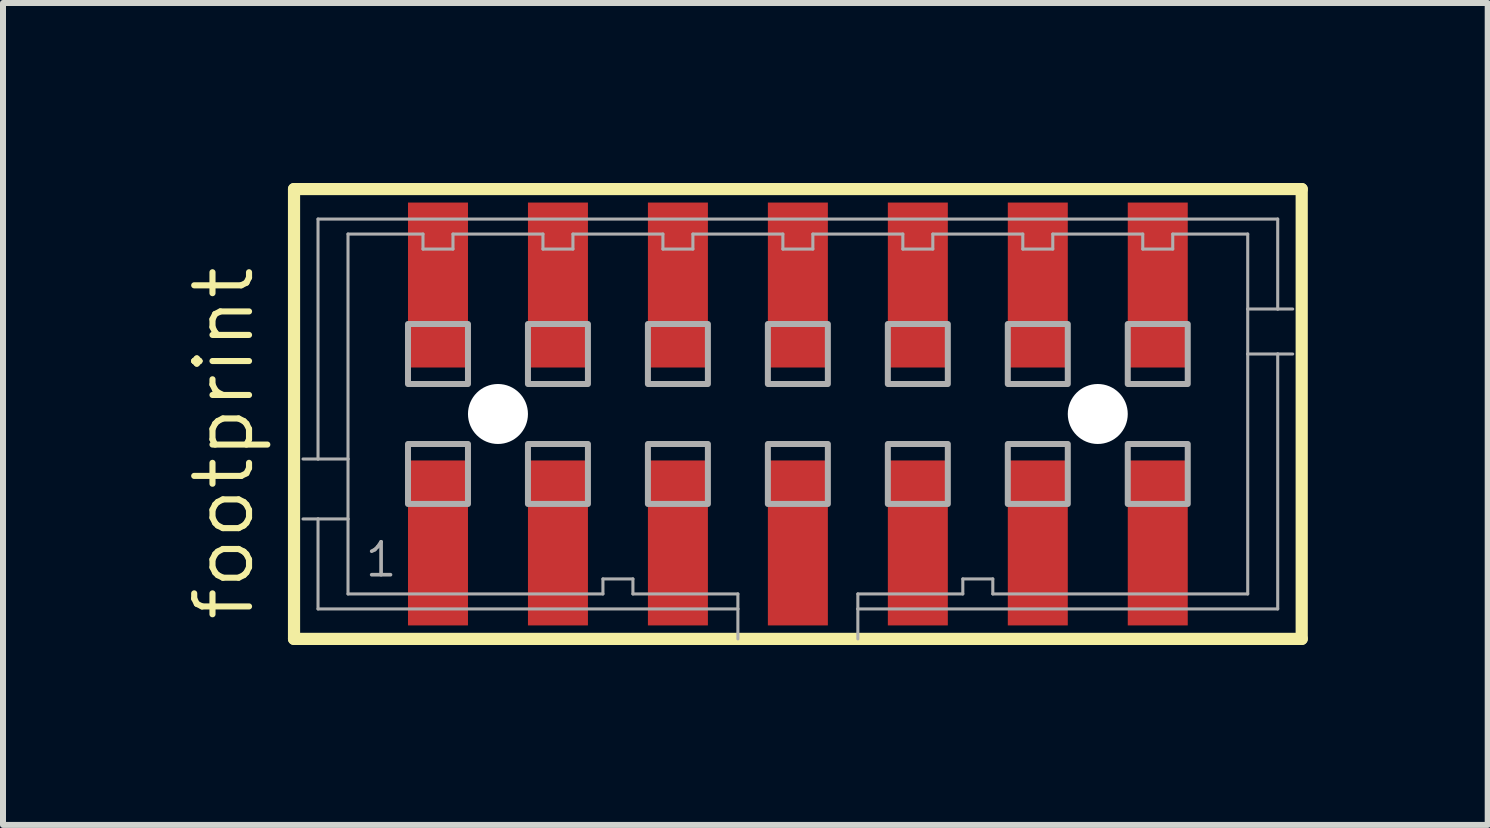
<source format=kicad_pcb>
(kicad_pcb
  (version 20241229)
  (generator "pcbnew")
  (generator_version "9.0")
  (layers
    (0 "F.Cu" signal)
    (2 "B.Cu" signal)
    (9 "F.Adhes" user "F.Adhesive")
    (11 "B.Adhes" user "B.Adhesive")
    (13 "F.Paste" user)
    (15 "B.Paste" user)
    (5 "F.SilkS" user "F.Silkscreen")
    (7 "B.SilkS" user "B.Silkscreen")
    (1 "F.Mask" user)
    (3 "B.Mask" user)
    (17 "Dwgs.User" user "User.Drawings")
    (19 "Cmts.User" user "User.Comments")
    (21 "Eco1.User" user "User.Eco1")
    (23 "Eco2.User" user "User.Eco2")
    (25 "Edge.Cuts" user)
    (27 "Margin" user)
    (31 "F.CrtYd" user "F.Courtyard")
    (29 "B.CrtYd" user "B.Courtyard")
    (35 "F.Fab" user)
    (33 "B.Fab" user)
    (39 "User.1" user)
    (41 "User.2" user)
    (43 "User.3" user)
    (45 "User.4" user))
  (footprint "footprint"
    (layer "F.Cu")
    (at 10.252 3.852)
    (property "Reference" "footprint" (at -9.033 3.493 90) (layer "F.SilkS") (effects (font (size 0.914 0.914) (thickness 0.102)) (justify left bottom)))
    (fp_line (start -8.4 -3.75) (end 8.4 -3.75) (stroke (width 0.203) (type solid)) (layer "F.SilkS"))
    (fp_line (start -8.4 3.75) (end -8.4 -3.75) (stroke (width 0.203) (type solid)) (layer "F.SilkS"))
    (fp_line (start 8.4 -3.75) (end 8.4 3.75) (stroke (width 0.203) (type solid)) (layer "F.SilkS"))
    (fp_line (start 8.4 3.75) (end -8.4 3.75) (stroke (width 0.203) (type solid)) (layer "F.SilkS"))
    (fp_line (start -8 -3.25) (end 8 -3.25) (stroke (width 0.051) (type solid)) (layer "F.Fab"))
    (fp_line (start -8 0.75) (end -8.25 0.75) (stroke (width 0.051) (type solid)) (layer "F.Fab"))
    (fp_line (start -8 0.75) (end -8 -3.25) (stroke (width 0.051) (type solid)) (layer "F.Fab"))
    (fp_line (start -8 1.75) (end -8.25 1.75) (stroke (width 0.051) (type solid)) (layer "F.Fab"))
    (fp_line (start -8 3.25) (end -8 1.75) (stroke (width 0.051) (type solid)) (layer "F.Fab"))
    (fp_line (start -7.5 -3) (end -7.5 0.75) (stroke (width 0.051) (type solid)) (layer "F.Fab"))
    (fp_line (start -7.5 0.75) (end -8 0.75) (stroke (width 0.051) (type solid)) (layer "F.Fab"))
    (fp_line (start -7.5 0.75) (end -7.5 1.75) (stroke (width 0.051) (type solid)) (layer "F.Fab"))
    (fp_line (start -7.5 1.75) (end -8 1.75) (stroke (width 0.051) (type solid)) (layer "F.Fab"))
    (fp_line (start -7.5 1.75) (end -7.5 3) (stroke (width 0.051) (type solid)) (layer "F.Fab"))
    (fp_line (start -7.5 3) (end -3.25 3) (stroke (width 0.051) (type solid)) (layer "F.Fab"))
    (fp_line (start -6.25 -3) (end -7.5 -3) (stroke (width 0.051) (type solid)) (layer "F.Fab"))
    (fp_line (start -6.25 -2.75) (end -6.25 -3) (stroke (width 0.051) (type solid)) (layer "F.Fab"))
    (fp_line (start -5.75 -3) (end -5.75 -2.75) (stroke (width 0.051) (type solid)) (layer "F.Fab"))
    (fp_line (start -5.75 -2.75) (end -6.25 -2.75) (stroke (width 0.051) (type solid)) (layer "F.Fab"))
    (fp_line (start -4.25 -3) (end -5.75 -3) (stroke (width 0.051) (type solid)) (layer "F.Fab"))
    (fp_line (start -4.25 -2.75) (end -4.25 -3) (stroke (width 0.051) (type solid)) (layer "F.Fab"))
    (fp_line (start -3.75 -3) (end -3.75 -2.75) (stroke (width 0.051) (type solid)) (layer "F.Fab"))
    (fp_line (start -3.75 -2.75) (end -4.25 -2.75) (stroke (width 0.051) (type solid)) (layer "F.Fab"))
    (fp_line (start -3.25 2.75) (end -2.75 2.75) (stroke (width 0.051) (type solid)) (layer "F.Fab"))
    (fp_line (start -3.25 3) (end -3.25 2.75) (stroke (width 0.051) (type solid)) (layer "F.Fab"))
    (fp_line (start -2.75 2.75) (end -2.75 3) (stroke (width 0.051) (type solid)) (layer "F.Fab"))
    (fp_line (start -2.75 3) (end -1 3) (stroke (width 0.051) (type solid)) (layer "F.Fab"))
    (fp_line (start -2.25 -3) (end -3.75 -3) (stroke (width 0.051) (type solid)) (layer "F.Fab"))
    (fp_line (start -2.25 -2.75) (end -2.25 -3) (stroke (width 0.051) (type solid)) (layer "F.Fab"))
    (fp_line (start -1.75 -3) (end -1.75 -2.75) (stroke (width 0.051) (type solid)) (layer "F.Fab"))
    (fp_line (start -1.75 -2.75) (end -2.25 -2.75) (stroke (width 0.051) (type solid)) (layer "F.Fab"))
    (fp_line (start -1 3) (end -1 3.25) (stroke (width 0.051) (type solid)) (layer "F.Fab"))
    (fp_line (start -1 3.25) (end -8 3.25) (stroke (width 0.051) (type solid)) (layer "F.Fab"))
    (fp_line (start -1 3.25) (end -1 3.75) (stroke (width 0.051) (type solid)) (layer "F.Fab"))
    (fp_line (start -0.25 -3) (end -1.75 -3) (stroke (width 0.051) (type solid)) (layer "F.Fab"))
    (fp_line (start -0.25 -2.75) (end -0.25 -3) (stroke (width 0.051) (type solid)) (layer "F.Fab"))
    (fp_line (start 0.25 -3) (end 0.25 -2.75) (stroke (width 0.051) (type solid)) (layer "F.Fab"))
    (fp_line (start 0.25 -2.75) (end -0.25 -2.75) (stroke (width 0.051) (type solid)) (layer "F.Fab"))
    (fp_line (start 1 3) (end 2.75 3) (stroke (width 0.051) (type solid)) (layer "F.Fab"))
    (fp_line (start 1 3.25) (end 1 3) (stroke (width 0.051) (type solid)) (layer "F.Fab"))
    (fp_line (start 1 3.75) (end 1 3.25) (stroke (width 0.051) (type solid)) (layer "F.Fab"))
    (fp_line (start 1.75 -3) (end 0.25 -3) (stroke (width 0.051) (type solid)) (layer "F.Fab"))
    (fp_line (start 1.75 -2.75) (end 1.75 -3) (stroke (width 0.051) (type solid)) (layer "F.Fab"))
    (fp_line (start 2.25 -3) (end 2.25 -2.75) (stroke (width 0.051) (type solid)) (layer "F.Fab"))
    (fp_line (start 2.25 -2.75) (end 1.75 -2.75) (stroke (width 0.051) (type solid)) (layer "F.Fab"))
    (fp_line (start 2.75 2.75) (end 3.25 2.75) (stroke (width 0.051) (type solid)) (layer "F.Fab"))
    (fp_line (start 2.75 3) (end 2.75 2.75) (stroke (width 0.051) (type solid)) (layer "F.Fab"))
    (fp_line (start 3.25 2.75) (end 3.25 3) (stroke (width 0.051) (type solid)) (layer "F.Fab"))
    (fp_line (start 3.25 3) (end 7.5 3) (stroke (width 0.051) (type solid)) (layer "F.Fab"))
    (fp_line (start 3.75 -3) (end 2.25 -3) (stroke (width 0.051) (type solid)) (layer "F.Fab"))
    (fp_line (start 3.75 -2.75) (end 3.75 -3) (stroke (width 0.051) (type solid)) (layer "F.Fab"))
    (fp_line (start 4.25 -3) (end 4.25 -2.75) (stroke (width 0.051) (type solid)) (layer "F.Fab"))
    (fp_line (start 4.25 -2.75) (end 3.75 -2.75) (stroke (width 0.051) (type solid)) (layer "F.Fab"))
    (fp_line (start 5.75 -3) (end 4.25 -3) (stroke (width 0.051) (type solid)) (layer "F.Fab"))
    (fp_line (start 5.75 -2.75) (end 5.75 -3) (stroke (width 0.051) (type solid)) (layer "F.Fab"))
    (fp_line (start 6.25 -3) (end 6.25 -2.75) (stroke (width 0.051) (type solid)) (layer "F.Fab"))
    (fp_line (start 6.25 -2.75) (end 5.75 -2.75) (stroke (width 0.051) (type solid)) (layer "F.Fab"))
    (fp_line (start 7.5 -3) (end 6.25 -3) (stroke (width 0.051) (type solid)) (layer "F.Fab"))
    (fp_line (start 7.5 -1.75) (end 7.5 -3) (stroke (width 0.051) (type solid)) (layer "F.Fab"))
    (fp_line (start 7.5 -1.75) (end 8 -1.75) (stroke (width 0.051) (type solid)) (layer "F.Fab"))
    (fp_line (start 7.5 -1) (end 7.5 -1.75) (stroke (width 0.051) (type solid)) (layer "F.Fab"))
    (fp_line (start 7.5 -1) (end 8 -1) (stroke (width 0.051) (type solid)) (layer "F.Fab"))
    (fp_line (start 7.5 3) (end 7.5 -1) (stroke (width 0.051) (type solid)) (layer "F.Fab"))
    (fp_line (start 8 -3.25) (end 8 -1.75) (stroke (width 0.051) (type solid)) (layer "F.Fab"))
    (fp_line (start 8 -1.75) (end 8.25 -1.75) (stroke (width 0.051) (type solid)) (layer "F.Fab"))
    (fp_line (start 8 -1) (end 8 3.25) (stroke (width 0.051) (type solid)) (layer "F.Fab"))
    (fp_line (start 8 -1) (end 8.25 -1) (stroke (width 0.051) (type solid)) (layer "F.Fab"))
    (fp_line (start 8 3.25) (end 1 3.25) (stroke (width 0.051) (type solid)) (layer "F.Fab"))
    (fp_poly (pts (xy -6.5 -0.5) (xy -5.5 -0.5) (xy -5.5 -1.5) (xy -6.5 -1.5)) (stroke (width 0.1) (type solid)) (fill no) (layer "F.Fab"))
    (fp_poly (pts (xy -6.5 1.5) (xy -5.5 1.5) (xy -5.5 0.5) (xy -6.5 0.5)) (stroke (width 0.1) (type solid)) (fill no) (layer "F.Fab"))
    (fp_poly (pts (xy -4.5 -0.5) (xy -3.5 -0.5) (xy -3.5 -1.5) (xy -4.5 -1.5)) (stroke (width 0.1) (type solid)) (fill no) (layer "F.Fab"))
    (fp_poly (pts (xy -4.5 1.5) (xy -3.5 1.5) (xy -3.5 0.5) (xy -4.5 0.5)) (stroke (width 0.1) (type solid)) (fill no) (layer "F.Fab"))
    (fp_poly (pts (xy -2.5 -0.5) (xy -1.5 -0.5) (xy -1.5 -1.5) (xy -2.5 -1.5)) (stroke (width 0.1) (type solid)) (fill no) (layer "F.Fab"))
    (fp_poly (pts (xy -2.5 1.5) (xy -1.5 1.5) (xy -1.5 0.5) (xy -2.5 0.5)) (stroke (width 0.1) (type solid)) (fill no) (layer "F.Fab"))
    (fp_poly (pts (xy -0.5 -0.5) (xy 0.5 -0.5) (xy 0.5 -1.5) (xy -0.5 -1.5)) (stroke (width 0.1) (type solid)) (fill no) (layer "F.Fab"))
    (fp_poly (pts (xy -0.5 1.5) (xy 0.5 1.5) (xy 0.5 0.5) (xy -0.5 0.5)) (stroke (width 0.1) (type solid)) (fill no) (layer "F.Fab"))
    (fp_poly (pts (xy 1.5 -0.5) (xy 2.5 -0.5) (xy 2.5 -1.5) (xy 1.5 -1.5)) (stroke (width 0.1) (type solid)) (fill no) (layer "F.Fab"))
    (fp_poly (pts (xy 1.5 1.5) (xy 2.5 1.5) (xy 2.5 0.5) (xy 1.5 0.5)) (stroke (width 0.1) (type solid)) (fill no) (layer "F.Fab"))
    (fp_poly (pts (xy 3.5 -0.5) (xy 4.5 -0.5) (xy 4.5 -1.5) (xy 3.5 -1.5)) (stroke (width 0.1) (type solid)) (fill no) (layer "F.Fab"))
    (fp_poly (pts (xy 3.5 1.5) (xy 4.5 1.5) (xy 4.5 0.5) (xy 3.5 0.5)) (stroke (width 0.1) (type solid)) (fill no) (layer "F.Fab"))
    (fp_poly (pts (xy 5.5 -0.5) (xy 6.5 -0.5) (xy 6.5 -1.5) (xy 5.5 -1.5)) (stroke (width 0.1) (type solid)) (fill no) (layer "F.Fab"))
    (fp_poly (pts (xy 5.5 1.5) (xy 6.5 1.5) (xy 6.5 0.5) (xy 5.5 0.5)) (stroke (width 0.1) (type solid)) (fill no) (layer "F.Fab"))
    (fp_text user "1" (at -7.25 2.75 0) (layer "F.Fab") (effects (font (size 0.549 0.549) (thickness 0.061)) (justify left bottom)))
    (pad "" np_thru_hole circle (at -5 0) (size 1 1) (drill 1) (layers "*.Cu" "*.Mask"))
    (pad "" np_thru_hole circle (at 5 0) (size 1 1) (drill 1) (layers "*.Cu" "*.Mask"))
    (pad "1" smd rect (at -6 2.15) (size 1 2.75) (layers "F.Cu" "F.Mask" "F.Paste"))
    (pad "2" smd rect (at -6 -2.15) (size 1 2.75) (layers "F.Cu" "F.Mask" "F.Paste"))
    (pad "3" smd rect (at -4 2.15) (size 1 2.75) (layers "F.Cu" "F.Mask" "F.Paste"))
    (pad "4" smd rect (at -4 -2.15) (size 1 2.75) (layers "F.Cu" "F.Mask" "F.Paste"))
    (pad "5" smd rect (at -2 2.15) (size 1 2.75) (layers "F.Cu" "F.Mask" "F.Paste"))
    (pad "6" smd rect (at -2 -2.15) (size 1 2.75) (layers "F.Cu" "F.Mask" "F.Paste"))
    (pad "7" smd rect (at 0 2.15) (size 1 2.75) (layers "F.Cu" "F.Mask" "F.Paste"))
    (pad "8" smd rect (at 0 -2.15) (size 1 2.75) (layers "F.Cu" "F.Mask" "F.Paste"))
    (pad "9" smd rect (at 2 2.15 180) (size 1 2.75) (layers "F.Cu" "F.Mask" "F.Paste"))
    (pad "10" smd rect (at 2 -2.15 180) (size 1 2.75) (layers "F.Cu" "F.Mask" "F.Paste"))
    (pad "11" smd rect (at 4 2.15) (size 1 2.75) (layers "F.Cu" "F.Mask" "F.Paste"))
    (pad "12" smd rect (at 4 -2.15) (size 1 2.75) (layers "F.Cu" "F.Mask" "F.Paste"))
    (pad "13" smd rect (at 6 2.15) (size 1 2.75) (layers "F.Cu" "F.Mask" "F.Paste"))
    (pad "14" smd rect (at 6 -2.15) (size 1 2.75) (layers "F.Cu" "F.Mask" "F.Paste")))
  (gr_rect
    (start -3 -3)
    (end 21.753 10.703)
    (stroke (width 0.1) (type default))
    (fill no)
    (layer "Edge.Cuts")))
</source>
